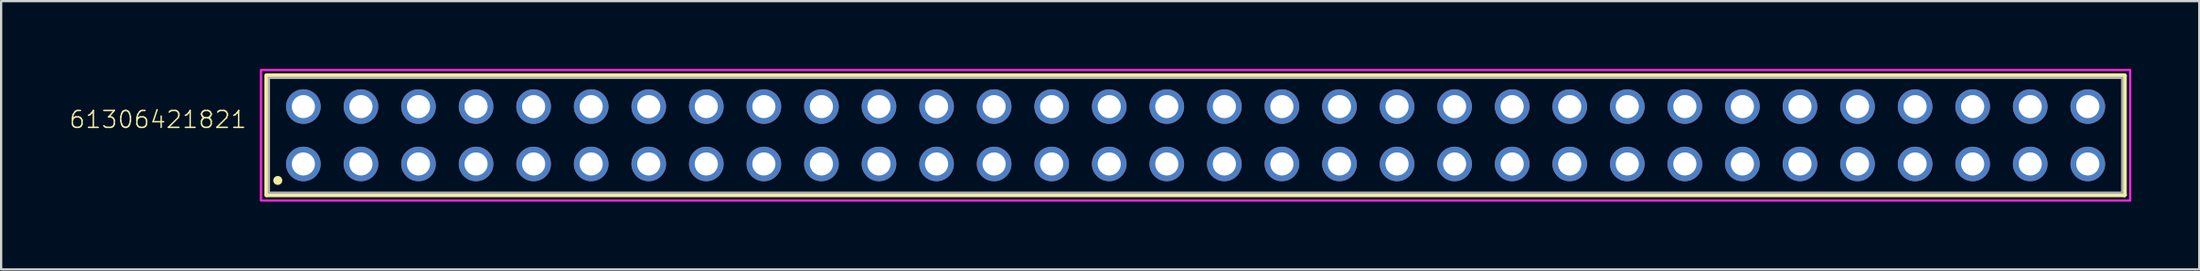
<source format=kicad_pcb>
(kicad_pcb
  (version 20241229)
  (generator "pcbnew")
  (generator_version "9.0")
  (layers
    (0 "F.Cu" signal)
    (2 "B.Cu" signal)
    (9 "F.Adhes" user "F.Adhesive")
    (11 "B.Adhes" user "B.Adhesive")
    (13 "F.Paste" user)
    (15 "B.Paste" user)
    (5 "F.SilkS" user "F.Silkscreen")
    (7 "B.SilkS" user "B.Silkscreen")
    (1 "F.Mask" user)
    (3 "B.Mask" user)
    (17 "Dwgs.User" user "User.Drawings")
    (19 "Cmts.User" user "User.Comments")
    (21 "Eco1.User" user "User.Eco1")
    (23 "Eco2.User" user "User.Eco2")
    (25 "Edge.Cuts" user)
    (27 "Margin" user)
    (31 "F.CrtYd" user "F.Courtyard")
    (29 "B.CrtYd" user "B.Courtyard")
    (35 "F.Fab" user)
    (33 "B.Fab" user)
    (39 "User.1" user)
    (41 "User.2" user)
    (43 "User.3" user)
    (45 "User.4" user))
  (footprint "61306421821"
    (layer "F.Cu")
    (at 49.707 2.94)
    (property "Reference" "61306421821" (at -41.828 -0.256 0) (unlocked yes) (layer "F.SilkS") (effects (font (size 0.748 0.748) (thickness 0.065)) (justify right bottom)))
    (fp_line (start -40.99 -2.64) (end 40.99 -2.64) (stroke (width 0.2) (type solid)) (layer "F.SilkS"))
    (fp_line (start -40.99 2.64) (end -40.99 -2.64) (stroke (width 0.2) (type solid)) (layer "F.SilkS"))
    (fp_line (start 40.99 -2.64) (end 40.99 2.64) (stroke (width 0.2) (type solid)) (layer "F.SilkS"))
    (fp_line (start 40.99 2.64) (end -40.99 2.64) (stroke (width 0.2) (type solid)) (layer "F.SilkS"))
    (fp_circle (center -40.5 2) (end -40.4 2) (stroke (width 0.2) (type solid)) (fill no) (layer "F.SilkS"))
    (fp_poly (pts (xy 41.24 2.89) (xy -41.24 2.89) (xy -41.24 -2.89) (xy 41.24 -2.89)) (stroke (width 0.1) (type default)) (fill no) (layer "F.CrtYd"))
    (fp_line (start -40.89 -2.54) (end -40.89 2.54) (stroke (width 0.1) (type solid)) (layer "F.Fab"))
    (fp_line (start -40.89 2.54) (end 40.89 2.54) (stroke (width 0.1) (type solid)) (layer "F.Fab"))
    (fp_line (start 40.89 -2.54) (end -40.89 -2.54) (stroke (width 0.1) (type solid)) (layer "F.Fab"))
    (fp_line (start 40.89 2.54) (end 40.89 -2.54) (stroke (width 0.1) (type solid)) (layer "F.Fab"))
    (pad "1" thru_hole circle (at -39.37 1.27) (size 1.53 1.53) (drill 1.02) (layers "*.Cu" "*.Mask"))
    (pad "2" thru_hole circle (at -39.37 -1.27) (size 1.53 1.53) (drill 1.02) (layers "*.Cu" "*.Mask"))
    (pad "3" thru_hole circle (at -36.83 1.27) (size 1.53 1.53) (drill 1.02) (layers "*.Cu" "*.Mask"))
    (pad "4" thru_hole circle (at -36.83 -1.27) (size 1.53 1.53) (drill 1.02) (layers "*.Cu" "*.Mask"))
    (pad "5" thru_hole circle (at -34.29 1.27) (size 1.53 1.53) (drill 1.02) (layers "*.Cu" "*.Mask"))
    (pad "6" thru_hole circle (at -34.29 -1.27) (size 1.53 1.53) (drill 1.02) (layers "*.Cu" "*.Mask"))
    (pad "7" thru_hole circle (at -31.75 1.27) (size 1.53 1.53) (drill 1.02) (layers "*.Cu" "*.Mask"))
    (pad "8" thru_hole circle (at -31.75 -1.27) (size 1.53 1.53) (drill 1.02) (layers "*.Cu" "*.Mask"))
    (pad "9" thru_hole circle (at -29.21 1.27) (size 1.53 1.53) (drill 1.02) (layers "*.Cu" "*.Mask"))
    (pad "10" thru_hole circle (at -29.21 -1.27) (size 1.53 1.53) (drill 1.02) (layers "*.Cu" "*.Mask"))
    (pad "11" thru_hole circle (at -26.67 1.27) (size 1.53 1.53) (drill 1.02) (layers "*.Cu" "*.Mask"))
    (pad "12" thru_hole circle (at -26.67 -1.27) (size 1.53 1.53) (drill 1.02) (layers "*.Cu" "*.Mask"))
    (pad "13" thru_hole circle (at -24.13 1.27) (size 1.53 1.53) (drill 1.02) (layers "*.Cu" "*.Mask"))
    (pad "14" thru_hole circle (at -24.13 -1.27) (size 1.53 1.53) (drill 1.02) (layers "*.Cu" "*.Mask"))
    (pad "15" thru_hole circle (at -21.59 1.27) (size 1.53 1.53) (drill 1.02) (layers "*.Cu" "*.Mask"))
    (pad "16" thru_hole circle (at -21.59 -1.27) (size 1.53 1.53) (drill 1.02) (layers "*.Cu" "*.Mask"))
    (pad "17" thru_hole circle (at -19.05 1.27) (size 1.53 1.53) (drill 1.02) (layers "*.Cu" "*.Mask"))
    (pad "18" thru_hole circle (at -19.05 -1.27) (size 1.53 1.53) (drill 1.02) (layers "*.Cu" "*.Mask"))
    (pad "19" thru_hole circle (at -16.51 1.27) (size 1.53 1.53) (drill 1.02) (layers "*.Cu" "*.Mask"))
    (pad "20" thru_hole circle (at -16.51 -1.27) (size 1.53 1.53) (drill 1.02) (layers "*.Cu" "*.Mask"))
    (pad "21" thru_hole circle (at -13.97 1.27) (size 1.53 1.53) (drill 1.02) (layers "*.Cu" "*.Mask"))
    (pad "22" thru_hole circle (at -13.97 -1.27) (size 1.53 1.53) (drill 1.02) (layers "*.Cu" "*.Mask"))
    (pad "23" thru_hole circle (at -11.43 1.27) (size 1.53 1.53) (drill 1.02) (layers "*.Cu" "*.Mask"))
    (pad "24" thru_hole circle (at -11.43 -1.27) (size 1.53 1.53) (drill 1.02) (layers "*.Cu" "*.Mask"))
    (pad "25" thru_hole circle (at -8.89 1.27) (size 1.53 1.53) (drill 1.02) (layers "*.Cu" "*.Mask"))
    (pad "26" thru_hole circle (at -8.89 -1.27) (size 1.53 1.53) (drill 1.02) (layers "*.Cu" "*.Mask"))
    (pad "27" thru_hole circle (at -6.35 1.27) (size 1.53 1.53) (drill 1.02) (layers "*.Cu" "*.Mask"))
    (pad "28" thru_hole circle (at -6.35 -1.27) (size 1.53 1.53) (drill 1.02) (layers "*.Cu" "*.Mask"))
    (pad "29" thru_hole circle (at -3.81 1.27) (size 1.53 1.53) (drill 1.02) (layers "*.Cu" "*.Mask"))
    (pad "30" thru_hole circle (at -3.81 -1.27) (size 1.53 1.53) (drill 1.02) (layers "*.Cu" "*.Mask"))
    (pad "31" thru_hole circle (at -1.27 1.27) (size 1.53 1.53) (drill 1.02) (layers "*.Cu" "*.Mask"))
    (pad "32" thru_hole circle (at -1.27 -1.27) (size 1.53 1.53) (drill 1.02) (layers "*.Cu" "*.Mask"))
    (pad "33" thru_hole circle (at 1.27 1.27) (size 1.53 1.53) (drill 1.02) (layers "*.Cu" "*.Mask"))
    (pad "34" thru_hole circle (at 1.27 -1.27) (size 1.53 1.53) (drill 1.02) (layers "*.Cu" "*.Mask"))
    (pad "35" thru_hole circle (at 3.81 1.27) (size 1.53 1.53) (drill 1.02) (layers "*.Cu" "*.Mask"))
    (pad "36" thru_hole circle (at 3.81 -1.27) (size 1.53 1.53) (drill 1.02) (layers "*.Cu" "*.Mask"))
    (pad "37" thru_hole circle (at 6.35 1.27) (size 1.53 1.53) (drill 1.02) (layers "*.Cu" "*.Mask"))
    (pad "38" thru_hole circle (at 6.35 -1.27) (size 1.53 1.53) (drill 1.02) (layers "*.Cu" "*.Mask"))
    (pad "39" thru_hole circle (at 8.89 1.27) (size 1.53 1.53) (drill 1.02) (layers "*.Cu" "*.Mask"))
    (pad "40" thru_hole circle (at 8.89 -1.27) (size 1.53 1.53) (drill 1.02) (layers "*.Cu" "*.Mask"))
    (pad "41" thru_hole circle (at 11.43 1.27) (size 1.53 1.53) (drill 1.02) (layers "*.Cu" "*.Mask"))
    (pad "42" thru_hole circle (at 11.43 -1.27) (size 1.53 1.53) (drill 1.02) (layers "*.Cu" "*.Mask"))
    (pad "43" thru_hole circle (at 13.97 1.27) (size 1.53 1.53) (drill 1.02) (layers "*.Cu" "*.Mask"))
    (pad "44" thru_hole circle (at 13.97 -1.27) (size 1.53 1.53) (drill 1.02) (layers "*.Cu" "*.Mask"))
    (pad "45" thru_hole circle (at 16.51 1.27) (size 1.53 1.53) (drill 1.02) (layers "*.Cu" "*.Mask"))
    (pad "46" thru_hole circle (at 16.51 -1.27) (size 1.53 1.53) (drill 1.02) (layers "*.Cu" "*.Mask"))
    (pad "47" thru_hole circle (at 19.05 1.27) (size 1.53 1.53) (drill 1.02) (layers "*.Cu" "*.Mask"))
    (pad "48" thru_hole circle (at 19.05 -1.27) (size 1.53 1.53) (drill 1.02) (layers "*.Cu" "*.Mask"))
    (pad "49" thru_hole circle (at 21.59 1.27) (size 1.53 1.53) (drill 1.02) (layers "*.Cu" "*.Mask"))
    (pad "50" thru_hole circle (at 21.59 -1.27) (size 1.53 1.53) (drill 1.02) (layers "*.Cu" "*.Mask"))
    (pad "51" thru_hole circle (at 24.13 1.27) (size 1.53 1.53) (drill 1.02) (layers "*.Cu" "*.Mask"))
    (pad "52" thru_hole circle (at 24.13 -1.27) (size 1.53 1.53) (drill 1.02) (layers "*.Cu" "*.Mask"))
    (pad "53" thru_hole circle (at 26.67 1.27) (size 1.53 1.53) (drill 1.02) (layers "*.Cu" "*.Mask"))
    (pad "54" thru_hole circle (at 26.67 -1.27) (size 1.53 1.53) (drill 1.02) (layers "*.Cu" "*.Mask"))
    (pad "55" thru_hole circle (at 29.21 1.27) (size 1.53 1.53) (drill 1.02) (layers "*.Cu" "*.Mask"))
    (pad "56" thru_hole circle (at 29.21 -1.27) (size 1.53 1.53) (drill 1.02) (layers "*.Cu" "*.Mask"))
    (pad "57" thru_hole circle (at 31.75 1.27) (size 1.53 1.53) (drill 1.02) (layers "*.Cu" "*.Mask"))
    (pad "58" thru_hole circle (at 31.75 -1.27) (size 1.53 1.53) (drill 1.02) (layers "*.Cu" "*.Mask"))
    (pad "59" thru_hole circle (at 34.29 1.27) (size 1.53 1.53) (drill 1.02) (layers "*.Cu" "*.Mask"))
    (pad "60" thru_hole circle (at 34.29 -1.27) (size 1.53 1.53) (drill 1.02) (layers "*.Cu" "*.Mask"))
    (pad "61" thru_hole circle (at 36.83 1.27) (size 1.53 1.53) (drill 1.02) (layers "*.Cu" "*.Mask"))
    (pad "62" thru_hole circle (at 36.83 -1.27) (size 1.53 1.53) (drill 1.02) (layers "*.Cu" "*.Mask"))
    (pad "63" thru_hole circle (at 39.37 1.27) (size 1.53 1.53) (drill 1.02) (layers "*.Cu" "*.Mask"))
    (pad "64" thru_hole circle (at 39.37 -1.27) (size 1.53 1.53) (drill 1.02) (layers "*.Cu" "*.Mask")))
  (gr_rect
    (start -3 -3)
    (end 93.997 8.88)
    (stroke (width 0.1) (type default))
    (fill no)
    (layer "Edge.Cuts")))
</source>
